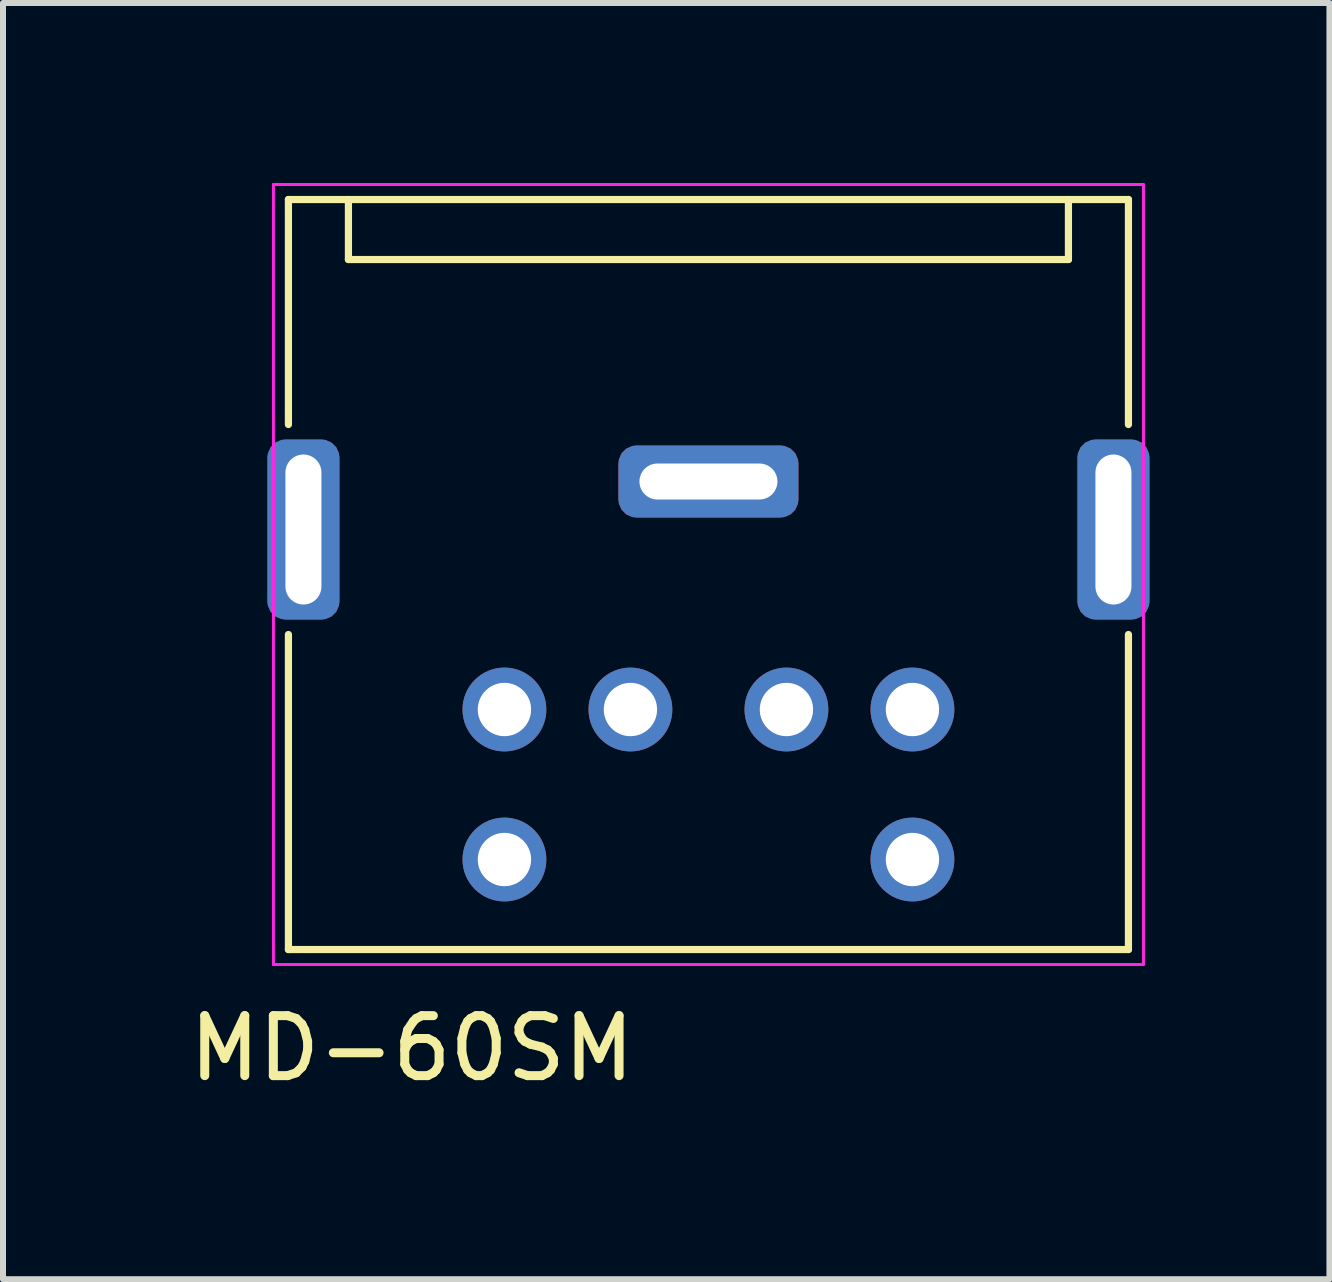
<source format=kicad_pcb>
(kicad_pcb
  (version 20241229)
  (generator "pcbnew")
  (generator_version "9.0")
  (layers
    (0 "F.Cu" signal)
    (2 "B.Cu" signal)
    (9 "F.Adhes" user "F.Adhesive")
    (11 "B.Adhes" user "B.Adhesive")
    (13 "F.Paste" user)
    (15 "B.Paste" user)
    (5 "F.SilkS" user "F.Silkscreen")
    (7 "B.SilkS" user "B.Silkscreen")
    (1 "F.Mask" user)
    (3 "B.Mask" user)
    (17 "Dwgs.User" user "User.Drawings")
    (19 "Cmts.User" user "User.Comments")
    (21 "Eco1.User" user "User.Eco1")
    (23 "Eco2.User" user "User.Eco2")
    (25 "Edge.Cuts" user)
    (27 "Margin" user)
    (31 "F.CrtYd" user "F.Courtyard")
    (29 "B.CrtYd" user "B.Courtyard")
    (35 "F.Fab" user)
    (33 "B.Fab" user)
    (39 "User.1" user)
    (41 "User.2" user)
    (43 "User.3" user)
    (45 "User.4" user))
  (footprint "MD-60SM"
    (layer "F.Cu")
    (at 8.768 7.056)
    (property "Reference" "MD-60SM" (at -4.953 7.366 0) (unlocked yes) (layer "F.SilkS") (effects (font (size 1 1) (thickness 0.15))))
    (attr smd)
    (fp_line (start -7.011 -6.781) (end -7.011 -3.031) (stroke (width 0.12) (type solid)) (layer "F.SilkS"))
    (fp_line (start -7.011 -6.781) (end 6.989 -6.781) (stroke (width 0.12) (type solid)) (layer "F.SilkS"))
    (fp_line (start -7.011 5.719) (end -7.011 0.469) (stroke (width 0.12) (type solid)) (layer "F.SilkS"))
    (fp_line (start -7.011 5.719) (end 6.989 5.719) (stroke (width 0.12) (type solid)) (layer "F.SilkS"))
    (fp_line (start -6.011 -6.781) (end -6.011 -5.781) (stroke (width 0.12) (type solid)) (layer "F.SilkS"))
    (fp_line (start -6.011 -5.781) (end 5.989 -5.781) (stroke (width 0.12) (type solid)) (layer "F.SilkS"))
    (fp_line (start 5.989 -5.781) (end 5.989 -6.781) (stroke (width 0.12) (type solid)) (layer "F.SilkS"))
    (fp_line (start 6.989 -6.781) (end 6.989 -3.031) (stroke (width 0.12) (type solid)) (layer "F.SilkS"))
    (fp_line (start 6.989 5.719) (end 6.989 0.469) (stroke (width 0.12) (type solid)) (layer "F.SilkS"))
    (fp_line (start -7.261 -7.031) (end 7.239 -7.031) (stroke (width 0.05) (type solid)) (layer "F.CrtYd"))
    (fp_line (start -7.261 5.969) (end -7.261 -7.031) (stroke (width 0.05) (type solid)) (layer "F.CrtYd"))
    (fp_line (start 7.239 -7.031) (end 7.239 5.969) (stroke (width 0.05) (type solid)) (layer "F.CrtYd"))
    (fp_line (start 7.239 5.969) (end -7.261 5.969) (stroke (width 0.05) (type solid)) (layer "F.CrtYd"))
    (pad "1" thru_hole circle (at -1.311 1.719) (size 1.397 1.397) (drill 0.889) (layers "*.Cu" "*.Mask"))
    (pad "2" thru_hole circle (at 1.289 1.719) (size 1.397 1.397) (drill 0.889) (layers "*.Cu" "*.Mask"))
    (pad "3" thru_hole circle (at -3.411 1.719) (size 1.397 1.397) (drill 0.889) (layers "*.Cu" "*.Mask"))
    (pad "4" thru_hole circle (at 3.389 1.719) (size 1.397 1.397) (drill 0.889) (layers "*.Cu" "*.Mask"))
    (pad "5" thru_hole circle (at -3.411 4.219) (size 1.397 1.397) (drill 0.889) (layers "*.Cu" "*.Mask"))
    (pad "6" thru_hole circle (at 3.389 4.219) (size 1.397 1.397) (drill 0.889) (layers "*.Cu" "*.Mask"))
    (pad "7" thru_hole roundrect (at -0.011 -2.081 90) (size 1.2 3) (drill oval 0.6 2.3) (layers "*.Cu" "*.Mask") (roundrect_rratio 0.25))
    (pad "8" thru_hole roundrect (at -6.761 -1.281) (size 1.2 3) (drill oval 0.6 2.5) (layers "*.Cu" "*.Mask") (roundrect_rratio 0.25))
    (pad "9" thru_hole roundrect (at 6.739 -1.281) (size 1.2 3) (drill oval 0.6 2.5) (layers "*.Cu" "*.Mask") (roundrect_rratio 0.25)))
  (gr_rect
    (start -3 -3)
    (end 19.107 18.27)
    (stroke (width 0.1) (type default))
    (fill no)
    (layer "Edge.Cuts")))
</source>
